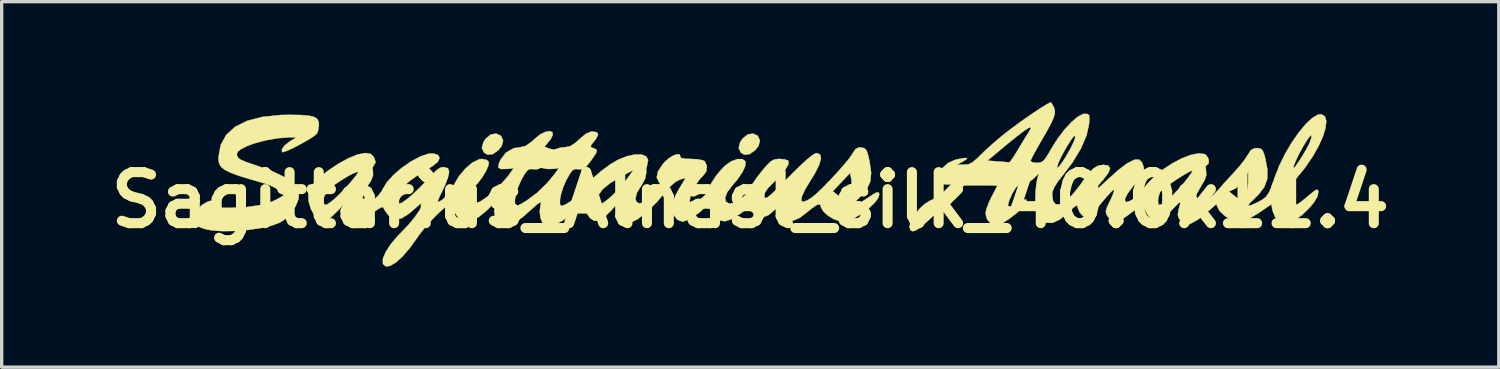
<source format=kicad_pcb>
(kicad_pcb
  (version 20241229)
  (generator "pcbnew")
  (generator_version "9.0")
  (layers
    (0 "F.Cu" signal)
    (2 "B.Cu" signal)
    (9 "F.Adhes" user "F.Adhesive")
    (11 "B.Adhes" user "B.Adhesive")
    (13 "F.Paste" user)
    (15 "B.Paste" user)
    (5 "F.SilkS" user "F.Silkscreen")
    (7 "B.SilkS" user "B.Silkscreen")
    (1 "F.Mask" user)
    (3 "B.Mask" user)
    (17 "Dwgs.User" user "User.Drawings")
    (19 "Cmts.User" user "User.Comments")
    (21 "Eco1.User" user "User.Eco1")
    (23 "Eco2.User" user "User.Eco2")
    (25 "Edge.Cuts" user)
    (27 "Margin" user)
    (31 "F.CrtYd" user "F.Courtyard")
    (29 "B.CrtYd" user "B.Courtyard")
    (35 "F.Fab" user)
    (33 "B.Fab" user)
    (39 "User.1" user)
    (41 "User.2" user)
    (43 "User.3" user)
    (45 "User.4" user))
  (footprint "Sagittarius_Alnasl_silk_40.0x11.4"
    (layer "F.Cu")
    (at 19.348 2.923)
    (property "Reference" "Sagittarius_Alnasl_silk_40.0x11.4" (at 0 0 0) (layer "F.SilkS") (effects (font (size 1.524 1.524) (thickness 0.3))))
    (attr through_hole)
    (fp_poly (pts (xy -7.448 -1.924) (xy -7.444 -1.92) (xy -7.378 -1.781) (xy -7.419 -1.619) (xy -7.518 -1.49) (xy -7.688 -1.371) (xy -7.846 -1.356) (xy -7.948 -1.416) (xy -8.014 -1.555) (xy -7.968 -1.728) (xy -7.897 -1.836) (xy -7.75 -1.955) (xy -7.589 -1.987) (xy -7.448 -1.924)) (stroke (width 0.01) (type solid)) (fill yes) (layer "F.SilkS"))
    (fp_poly (pts (xy 0.218 -1.924) (xy 0.222 -1.92) (xy 0.289 -1.781) (xy 0.248 -1.619) (xy 0.149 -1.49) (xy -0.021 -1.371) (xy -0.179 -1.356) (xy -0.281 -1.416) (xy -0.347 -1.555) (xy -0.302 -1.728) (xy -0.23 -1.836) (xy -0.084 -1.955) (xy 0.078 -1.987) (xy 0.218 -1.924)) (stroke (width 0.01) (type solid)) (fill yes) (layer "F.SilkS"))
    (fp_poly (pts (xy -13.429 -2.54) (xy -13.182 -2.522) (xy -13.02 -2.484) (xy -12.925 -2.422) (xy -12.883 -2.33) (xy -12.876 -2.242) (xy -12.9 -2.081) (xy -12.934 -1.989) (xy -13.003 -1.925) (xy -13.143 -1.832) (xy -13.327 -1.724) (xy -13.529 -1.615) (xy -13.72 -1.52) (xy -13.875 -1.453) (xy -13.966 -1.429) (xy -13.977 -1.433) (xy -13.984 -1.512) (xy -13.908 -1.622) (xy -13.771 -1.736) (xy -13.741 -1.755) (xy -13.549 -1.872) (xy -13.753 -1.872) (xy -14.093 -1.848) (xy -14.467 -1.783) (xy -14.819 -1.688) (xy -15.031 -1.608) (xy -15.211 -1.517) (xy -15.302 -1.443) (xy -15.326 -1.365) (xy -15.323 -1.338) (xy -15.295 -1.27) (xy -15.219 -1.21) (xy -15.075 -1.145) (xy -14.842 -1.065) (xy -14.778 -1.044) (xy -14.301 -0.875) (xy -13.937 -0.703) (xy -13.681 -0.525) (xy -13.529 -0.337) (xy -13.477 -0.135) (xy -13.485 -0.033) (xy -13.569 0.179) (xy -13.724 0.4) (xy -13.917 0.589) (xy -14.042 0.671) (xy -14.286 0.762) (xy -14.612 0.836) (xy -14.988 0.891) (xy -15.381 0.922) (xy -15.756 0.928) (xy -16.082 0.904) (xy -16.27 0.867) (xy -16.428 0.812) (xy -16.541 0.754) (xy -16.548 0.748) (xy -16.617 0.626) (xy -16.601 0.469) (xy -16.518 0.303) (xy -16.382 0.155) (xy -16.209 0.051) (xy -16.117 0.024) (xy -15.948 0.008) (xy -15.875 0.036) (xy -15.904 0.103) (xy -15.952 0.145) (xy -15.996 0.186) (xy -15.983 0.212) (xy -15.897 0.225) (xy -15.721 0.231) (xy -15.564 0.232) (xy -15.055 0.212) (xy -14.619 0.147) (xy -14.27 0.043) (xy -14.148 -0.016) (xy -13.929 -0.139) (xy -14.057 -0.274) (xy -14.185 -0.367) (xy -14.376 -0.456) (xy -14.51 -0.501) (xy -14.943 -0.625) (xy -15.276 -0.728) (xy -15.52 -0.819) (xy -15.69 -0.904) (xy -15.797 -0.991) (xy -15.855 -1.087) (xy -15.876 -1.2) (xy -15.876 -1.287) (xy -15.81 -1.647) (xy -15.644 -1.947) (xy -15.379 -2.188) (xy -15.017 -2.367) (xy -14.558 -2.485) (xy -14.005 -2.541) (xy -13.777 -2.545) (xy -13.429 -2.54)) (stroke (width 0.01) (type solid)) (fill yes) (layer "F.SilkS"))
    (fp_poly (pts (xy 9.017 -2.856) (xy 9.065 -2.767) (xy 9.094 -2.679) (xy 9.09 -2.572) (xy 9.045 -2.43) (xy 8.954 -2.236) (xy 8.809 -1.974) (xy 8.666 -1.729) (xy 8.541 -1.51) (xy 8.441 -1.327) (xy 8.381 -1.204) (xy 8.369 -1.169) (xy 8.42 -1.13) (xy 8.545 -1.112) (xy 8.559 -1.112) (xy 8.659 -1.121) (xy 8.738 -1.16) (xy 8.817 -1.252) (xy 8.919 -1.416) (xy 8.984 -1.529) (xy 9.17 -1.826) (xy 9.375 -2.097) (xy 9.581 -2.322) (xy 9.772 -2.485) (xy 9.932 -2.568) (xy 9.981 -2.575) (xy 10.072 -2.569) (xy 10.116 -2.531) (xy 10.125 -2.433) (xy 10.114 -2.267) (xy 10.039 -1.927) (xy 9.873 -1.542) (xy 9.623 -1.128) (xy 9.359 -0.776) (xy 9.182 -0.55) (xy 9.075 -0.383) (xy 9.023 -0.249) (xy 9.013 -0.154) (xy 9.042 0.035) (xy 9.122 0.128) (xy 9.248 0.126) (xy 9.411 0.033) (xy 9.604 -0.147) (xy 9.82 -0.412) (xy 9.915 -0.546) (xy 10.096 -0.793) (xy 10.249 -0.949) (xy 10.395 -1.031) (xy 10.549 -1.053) (xy 10.694 -1.027) (xy 10.742 -0.947) (xy 10.69 -0.81) (xy 10.541 -0.613) (xy 10.511 -0.58) (xy 10.347 -0.391) (xy 10.264 -0.284) (xy 10.262 -0.257) (xy 10.338 -0.311) (xy 10.49 -0.445) (xy 10.673 -0.616) (xy 10.997 -0.906) (xy 11.262 -1.103) (xy 11.467 -1.205) (xy 11.608 -1.211) (xy 11.694 -1.126) (xy 11.747 -0.983) (xy 11.751 -0.841) (xy 11.728 -0.789) (xy 11.666 -0.709) (xy 11.554 -0.569) (xy 11.427 -0.412) (xy 11.268 -0.197) (xy 11.188 -0.043) (xy 11.191 0.042) (xy 11.238 0.059) (xy 11.332 0.027) (xy 12.173 0.027) (xy 12.184 0.132) (xy 12.237 0.142) (xy 12.295 0.115) (xy 12.407 0.035) (xy 12.555 -0.093) (xy 12.631 -0.166) (xy 12.785 -0.329) (xy 12.936 -0.502) (xy 13.066 -0.664) (xy 13.159 -0.793) (xy 13.199 -0.867) (xy 13.193 -0.878) (xy 13.108 -0.846) (xy 12.958 -0.761) (xy 12.772 -0.644) (xy 12.578 -0.513) (xy 12.403 -0.387) (xy 12.278 -0.284) (xy 12.232 -0.234) (xy 12.186 -0.089) (xy 12.173 0.027) (xy 11.332 0.027) (xy 11.339 0.025) (xy 11.474 -0.056) (xy 11.604 -0.156) (xy 11.69 -0.247) (xy 11.704 -0.282) (xy 11.745 -0.356) (xy 11.851 -0.484) (xy 12.002 -0.642) (xy 12.042 -0.68) (xy 12.305 -0.902) (xy 12.592 -1.093) (xy 12.881 -1.245) (xy 13.152 -1.348) (xy 13.384 -1.394) (xy 13.558 -1.375) (xy 13.607 -1.346) (xy 13.673 -1.251) (xy 13.693 -1.141) (xy 13.665 -1.065) (xy 13.632 -1.053) (xy 13.595 -1.003) (xy 13.607 -0.877) (xy 13.615 -0.742) (xy 13.568 -0.6) (xy 13.466 -0.428) (xy 13.331 -0.189) (xy 13.29 -0.019) (xy 13.343 0.081) (xy 13.371 0.095) (xy 13.479 0.082) (xy 13.634 -0.002) (xy 13.809 -0.137) (xy 13.937 -0.268) (xy 14.28 -0.268) (xy 14.441 -0.136) (xy 14.574 -0.036) (xy 14.658 -0.013) (xy 14.728 -0.068) (xy 14.774 -0.13) (xy 14.833 -0.278) (xy 14.864 -0.487) (xy 14.865 -0.552) (xy 14.865 -0.844) (xy 14.573 -0.556) (xy 14.28 -0.268) (xy 13.937 -0.268) (xy 13.974 -0.306) (xy 13.987 -0.321) (xy 14.1 -0.452) (xy 14.261 -0.631) (xy 14.435 -0.819) (xy 14.446 -0.831) (xy 14.613 -1.02) (xy 14.758 -1.205) (xy 14.852 -1.349) (xy 14.857 -1.357) (xy 14.948 -1.495) (xy 15.061 -1.547) (xy 15.125 -1.551) (xy 15.229 -1.54) (xy 15.294 -1.488) (xy 15.343 -1.367) (xy 15.373 -1.258) (xy 15.44 -0.911) (xy 15.435 -0.632) (xy 15.348 -0.393) (xy 15.174 -0.164) (xy 15.045 -0.039) (xy 14.909 0.094) (xy 14.87 0.161) (xy 14.928 0.162) (xy 15.082 0.096) (xy 15.15 0.063) (xy 15.293 -0.016) (xy 15.395 -0.097) (xy 15.474 -0.206) (xy 15.548 -0.37) (xy 15.634 -0.614) (xy 15.654 -0.672) (xy 15.762 -0.948) (xy 16.212 -0.948) (xy 16.238 -0.96) (xy 16.306 -1.049) (xy 16.4 -1.189) (xy 16.505 -1.356) (xy 16.603 -1.524) (xy 16.679 -1.668) (xy 16.701 -1.717) (xy 16.748 -1.851) (xy 16.755 -1.926) (xy 16.748 -1.931) (xy 16.689 -1.883) (xy 16.599 -1.755) (xy 16.492 -1.578) (xy 16.385 -1.379) (xy 16.292 -1.187) (xy 16.229 -1.03) (xy 16.212 -0.948) (xy 15.762 -0.948) (xy 15.792 -1.027) (xy 15.965 -1.379) (xy 16.161 -1.712) (xy 16.369 -2.012) (xy 16.576 -2.262) (xy 16.771 -2.446) (xy 16.943 -2.55) (xy 17.047 -2.564) (xy 17.156 -2.5) (xy 17.197 -2.359) (xy 17.175 -2.154) (xy 17.097 -1.899) (xy 16.966 -1.609) (xy 16.789 -1.297) (xy 16.57 -0.977) (xy 16.333 -0.684) (xy 16.149 -0.449) (xy 16.054 -0.259) (xy 16.041 -0.092) (xy 16.097 0.062) (xy 16.16 0.145) (xy 16.241 0.164) (xy 16.359 0.111) (xy 16.531 -0.018) (xy 16.625 -0.097) (xy 16.79 -0.235) (xy 16.887 -0.303) (xy 16.937 -0.31) (xy 16.958 -0.263) (xy 16.962 -0.242) (xy 16.932 -0.103) (xy 16.826 0.073) (xy 16.665 0.262) (xy 16.475 0.442) (xy 16.277 0.59) (xy 16.097 0.683) (xy 15.998 0.702) (xy 15.815 0.649) (xy 15.669 0.508) (xy 15.594 0.325) (xy 15.556 0.126) (xy 15.178 0.385) (xy 14.893 0.557) (xy 14.677 0.637) (xy 14.613 0.644) (xy 14.396 0.6) (xy 14.183 0.488) (xy 14.02 0.336) (xy 13.978 0.266) (xy 13.913 0.122) (xy 13.616 0.381) (xy 13.365 0.583) (xy 13.168 0.693) (xy 13.015 0.716) (xy 12.891 0.658) (xy 12.873 0.642) (xy 12.79 0.54) (xy 12.764 0.435) (xy 12.788 0.282) (xy 12.813 0.188) (xy 12.837 0.097) (xy 12.83 0.064) (xy 12.779 0.099) (xy 12.67 0.208) (xy 12.562 0.32) (xy 12.376 0.5) (xy 12.221 0.612) (xy 12.131 0.644) (xy 12.009 0.593) (xy 11.879 0.461) (xy 11.77 0.278) (xy 11.744 0.216) (xy 11.714 0.169) (xy 11.659 0.173) (xy 11.559 0.235) (xy 11.392 0.365) (xy 11.378 0.377) (xy 11.137 0.551) (xy 10.95 0.631) (xy 10.804 0.618) (xy 10.688 0.515) (xy 10.675 0.496) (xy 10.626 0.41) (xy 10.614 0.33) (xy 10.646 0.222) (xy 10.725 0.051) (xy 10.748 0.006) (xy 10.824 -0.163) (xy 10.862 -0.277) (xy 10.853 -0.312) (xy 10.853 -0.312) (xy 10.788 -0.258) (xy 10.672 -0.135) (xy 10.523 0.035) (xy 10.453 0.12) (xy 10.296 0.301) (xy 10.16 0.44) (xy 10.066 0.518) (xy 10.043 0.527) (xy 9.933 0.478) (xy 9.831 0.363) (xy 9.776 0.229) (xy 9.774 0.202) (xy 9.755 0.161) (xy 9.691 0.19) (xy 9.569 0.296) (xy 9.492 0.37) (xy 9.242 0.58) (xy 9.025 0.681) (xy 8.836 0.676) (xy 8.669 0.564) (xy 8.662 0.556) (xy 8.583 0.458) (xy 8.539 0.348) (xy 8.519 0.191) (xy 8.515 -0.019) (xy 8.522 -0.258) (xy 8.54 -0.473) (xy 8.564 -0.615) (xy 8.612 -0.79) (xy 8.444 -0.629) (xy 8.282 -0.515) (xy 8.123 -0.468) (xy 8.118 -0.468) (xy 8.016 -0.449) (xy 7.931 -0.376) (xy 7.838 -0.224) (xy 7.812 -0.173) (xy 7.736 -0.002) (xy 7.697 0.13) (xy 7.699 0.18) (xy 7.769 0.189) (xy 7.909 0.134) (xy 7.994 0.088) (xy 8.145 0.003) (xy 8.222 -0.025) (xy 8.249 0.002) (xy 8.252 0.049) (xy 8.206 0.14) (xy 8.086 0.269) (xy 7.919 0.416) (xy 7.732 0.559) (xy 7.552 0.677) (xy 7.405 0.749) (xy 7.346 0.761) (xy 7.187 0.708) (xy 7.069 0.575) (xy 7.023 0.396) (xy 7.05 0.266) (xy 7.12 0.079) (xy 7.199 -0.088) (xy 7.289 -0.26) (xy 7.352 -0.384) (xy 7.374 -0.43) (xy 7.32 -0.434) (xy 7.176 -0.437) (xy 6.969 -0.439) (xy 6.88 -0.439) (xy 6.386 -0.439) (xy 5.689 0.249) (xy 5.407 0.524) (xy 5.192 0.721) (xy 5.034 0.849) (xy 4.92 0.916) (xy 4.84 0.93) (xy 4.781 0.899) (xy 4.78 0.897) (xy 4.751 0.793) (xy 4.795 0.639) (xy 4.895 0.46) (xy 5.033 0.281) (xy 5.194 0.126) (xy 5.358 0.021) (xy 5.4 0.004) (xy 5.564 -0.079) (xy 5.74 -0.212) (xy 5.795 -0.264) (xy 5.993 -0.468) (xy 5.84 -0.468) (xy 5.63 -0.489) (xy 5.525 -0.553) (xy 5.524 -0.667) (xy 5.625 -0.833) (xy 5.709 -0.932) (xy 5.765 -0.982) (xy 9.16 -0.982) (xy 9.18 -0.965) (xy 9.247 -1.037) (xy 9.354 -1.191) (xy 9.442 -1.333) (xy 9.57 -1.56) (xy 9.659 -1.744) (xy 9.702 -1.868) (xy 9.693 -1.917) (xy 9.667 -1.908) (xy 9.603 -1.835) (xy 9.506 -1.689) (xy 9.396 -1.503) (xy 9.291 -1.307) (xy 9.21 -1.136) (xy 9.193 -1.094) (xy 9.16 -0.982) (xy 5.765 -0.982) (xy 5.904 -1.107) (xy 6.119 -1.203) (xy 6.191 -1.221) (xy 6.388 -1.256) (xy 6.475 -1.255) (xy 6.453 -1.217) (xy 6.341 -1.148) (xy 6.174 -1.058) (xy 6.382 -1.056) (xy 6.517 -1.07) (xy 6.64 -1.131) (xy 6.693 -1.177) (xy 7.082 -1.177) (xy 7.389 -1.155) (xy 7.568 -1.141) (xy 7.693 -1.128) (xy 7.728 -1.123) (xy 7.771 -1.164) (xy 7.854 -1.282) (xy 7.962 -1.454) (xy 7.976 -1.478) (xy 8.106 -1.695) (xy 8.233 -1.903) (xy 8.323 -2.045) (xy 8.376 -2.143) (xy 8.366 -2.176) (xy 8.287 -2.142) (xy 8.137 -2.039) (xy 7.911 -1.864) (xy 7.605 -1.614) (xy 7.448 -1.483) (xy 7.082 -1.177) (xy 6.693 -1.177) (xy 6.787 -1.258) (xy 6.85 -1.322) (xy 7.019 -1.485) (xy 7.24 -1.684) (xy 7.475 -1.885) (xy 7.55 -1.946) (xy 7.748 -2.101) (xy 7.978 -2.272) (xy 8.222 -2.445) (xy 8.46 -2.609) (xy 8.674 -2.75) (xy 8.844 -2.856) (xy 8.952 -2.913) (xy 8.979 -2.918) (xy 9.017 -2.856)) (stroke (width 0.01) (type solid)) (fill yes) (layer "F.SilkS"))
    (fp_poly (pts (xy -5.911 -2.031) (xy -5.893 -1.95) (xy -5.958 -1.818) (xy -5.997 -1.769) (xy -6.141 -1.597) (xy -6.006 -1.536) (xy -5.859 -1.506) (xy -5.789 -1.526) (xy -5.673 -1.564) (xy -5.523 -1.579) (xy -5.371 -1.611) (xy -5.21 -1.717) (xy -5.105 -1.814) (xy -4.909 -1.978) (xy -4.745 -2.047) (xy -4.722 -2.048) (xy -4.581 -2.026) (xy -4.542 -1.954) (xy -4.605 -1.827) (xy -4.654 -1.765) (xy -4.745 -1.651) (xy -4.765 -1.594) (xy -4.716 -1.562) (xy -4.684 -1.551) (xy -4.603 -1.518) (xy -4.577 -1.471) (xy -4.611 -1.386) (xy -4.71 -1.241) (xy -4.765 -1.165) (xy -4.888 -1.01) (xy -4.982 -0.934) (xy -5.08 -0.916) (xy -5.133 -0.921) (xy -5.229 -0.926) (xy -5.303 -0.892) (xy -5.378 -0.797) (xy -5.478 -0.621) (xy -5.491 -0.597) (xy -5.58 -0.397) (xy -5.645 -0.192) (xy -5.681 -0.01) (xy -5.681 0.122) (xy -5.641 0.175) (xy -5.638 0.176) (xy -5.529 0.139) (xy -5.374 0.045) (xy -5.313 0.00001) (xy -4.565 0.00001) (xy -4.565 0.182) (xy -4.383 0.076) (xy -4.241 -0.028) (xy -4.072 -0.182) (xy -3.967 -0.293) (xy -3.815 -0.469) (xy -3.677 -0.64) (xy -3.612 -0.726) (xy -3.491 -0.896) (xy -3.842 -0.708) (xy -4.18 -0.507) (xy -4.409 -0.321) (xy -4.535 -0.142) (xy -4.565 0.00001) (xy -5.313 0.00001) (xy -5.209 -0.077) (xy -5.073 -0.201) (xy -5.007 -0.286) (xy -4.884 -0.459) (xy -4.687 -0.662) (xy -4.447 -0.87) (xy -4.193 -1.058) (xy -3.954 -1.2) (xy -3.944 -1.206) (xy -3.675 -1.312) (xy -3.434 -1.362) (xy -3.238 -1.358) (xy -3.104 -1.302) (xy -3.048 -1.197) (xy -3.072 -1.076) (xy -3.103 -0.933) (xy -3.106 -0.806) (xy -3.137 -0.639) (xy -3.236 -0.457) (xy -3.237 -0.455) (xy -3.383 -0.221) (xy -3.428 -0.042) (xy -3.4 0.05) (xy -3.308 0.102) (xy -3.164 0.058) (xy -2.977 -0.078) (xy -2.861 -0.19) (xy -2.733 -0.327) (xy -2.677 -0.413) (xy -2.683 -0.475) (xy -2.727 -0.533) (xy -2.793 -0.675) (xy -2.758 -0.849) (xy -2.619 -1.062) (xy -2.562 -1.13) (xy -2.431 -1.249) (xy -2.293 -1.333) (xy -2.174 -1.372) (xy -2.101 -1.355) (xy -2.092 -1.302) (xy -2.06 -1.257) (xy -1.932 -1.234) (xy -1.767 -1.229) (xy -1.571 -1.218) (xy -1.418 -1.188) (xy -1.358 -1.159) (xy -1.294 -1.022) (xy -1.31 -0.863) (xy -1.385 -0.753) (xy -1.512 -0.621) (xy -1.629 -0.45) (xy -1.725 -0.267) (xy -1.789 -0.095) (xy -1.811 0.039) (xy -1.781 0.111) (xy -1.755 0.117) (xy -1.635 0.076) (xy -1.485 -0.024) (xy -1.348 -0.149) (xy -1.265 -0.265) (xy -1.259 -0.283) (xy -1.168 -0.499) (xy -1.01 -0.742) (xy -0.812 -0.97) (xy -0.736 -1.041) (xy -0.559 -1.161) (xy -0.382 -1.224) (xy -0.233 -1.224) (xy -0.144 -1.156) (xy -0.14 -1.147) (xy -0.147 -1.02) (xy -0.232 -0.836) (xy -0.382 -0.617) (xy -0.536 -0.435) (xy -0.683 -0.241) (xy -0.749 -0.076) (xy -0.73 0.045) (xy -0.629 0.106) (xy -0.486 0.084) (xy -0.315 -0.008) (xy -0.289 -0.029) (xy 0.995 -0.029) (xy 1.024 0) (xy 1.053 -0.029) (xy 1.024 -0.059) (xy 0.995 -0.029) (xy -0.289 -0.029) (xy -0.153 -0.144) (xy -0.037 -0.297) (xy -0.024 -0.327) (xy 0.054 -0.466) (xy 0.182 -0.654) (xy 0.336 -0.853) (xy 0.352 -0.874) (xy 0.508 -1.054) (xy 0.621 -1.161) (xy 0.719 -1.212) (xy 0.831 -1.228) (xy 0.877 -1.229) (xy 1.032 -1.215) (xy 1.132 -1.179) (xy 1.143 -1.168) (xy 1.139 -1.066) (xy 1.047 -0.908) (xy 0.875 -0.703) (xy 0.689 -0.519) (xy 0.523 -0.35) (xy 0.439 -0.225) (xy 0.421 -0.121) (xy 0.422 -0.109) (xy 0.438 -0.067) (xy 0.475 -0.062) (xy 0.544 -0.103) (xy 0.656 -0.2) (xy 0.823 -0.36) (xy 1.056 -0.594) (xy 1.148 -0.688) (xy 1.464 -1.001) (xy 1.707 -1.224) (xy 1.878 -1.359) (xy 1.978 -1.405) (xy 1.98 -1.405) (xy 2.085 -1.363) (xy 2.111 -1.243) (xy 2.057 -1.05) (xy 1.926 -0.789) (xy 1.814 -0.609) (xy 1.643 -0.326) (xy 1.545 -0.119) (xy 1.521 0.008) (xy 1.571 0.053) (xy 1.694 0.013) (xy 1.832 -0.073) (xy 1.973 -0.19) (xy 2.051 -0.263) (xy 2.465 -0.263) (xy 2.621 -0.139) (xy 2.769 -0.05) (xy 2.877 -0.066) (xy 2.966 -0.192) (xy 2.986 -0.237) (xy 3.027 -0.429) (xy 3.019 -0.608) (xy 2.981 -0.809) (xy 2.465 -0.263) (xy 2.051 -0.263) (xy 2.162 -0.369) (xy 2.375 -0.587) (xy 2.593 -0.822) (xy 2.792 -1.048) (xy 2.953 -1.244) (xy 3.051 -1.385) (xy 3.057 -1.396) (xy 3.146 -1.527) (xy 3.245 -1.572) (xy 3.318 -1.569) (xy 3.404 -1.55) (xy 3.462 -1.497) (xy 3.507 -1.385) (xy 3.554 -1.188) (xy 3.561 -1.154) (xy 3.609 -0.819) (xy 3.584 -0.553) (xy 3.478 -0.322) (xy 3.283 -0.097) (xy 3.249 -0.066) (xy 3.11 0.075) (xy 3.062 0.152) (xy 3.101 0.164) (xy 3.222 0.111) (xy 3.418 -0.007) (xy 3.491 -0.055) (xy 3.67 -0.173) (xy 3.775 -0.229) (xy 3.828 -0.231) (xy 3.85 -0.185) (xy 3.852 -0.17) (xy 3.819 -0.059) (xy 3.706 0.089) (xy 3.534 0.251) (xy 3.327 0.407) (xy 3.113 0.532) (xy 2.874 0.62) (xy 2.658 0.625) (xy 2.65 0.624) (xy 2.484 0.566) (xy 2.315 0.461) (xy 2.179 0.335) (xy 2.11 0.217) (xy 2.107 0.194) (xy 2.078 0.125) (xy 1.987 0.144) (xy 1.83 0.252) (xy 1.719 0.345) (xy 1.479 0.529) (xy 1.285 0.613) (xy 1.127 0.601) (xy 1.041 0.545) (xy 0.961 0.431) (xy 0.953 0.276) (xy 0.958 0.239) (xy 0.991 0.038) (xy 0.742 0.282) (xy 0.54 0.451) (xy 0.376 0.516) (xy 0.235 0.48) (xy 0.11 0.354) (xy -0.017 0.182) (xy -0.258 0.379) (xy -0.529 0.561) (xy -0.761 0.634) (xy -0.955 0.598) (xy -1.108 0.452) (xy -1.167 0.344) (xy -1.235 0.205) (xy -1.283 0.16) (xy -1.333 0.191) (xy -1.352 0.213) (xy -1.492 0.349) (xy -1.671 0.482) (xy -1.853 0.588) (xy -1.998 0.641) (xy -2.025 0.644) (xy -2.171 0.591) (xy -2.283 0.452) (xy -2.338 0.257) (xy -2.341 0.203) (xy -2.31 0.052) (xy -2.226 -0.151) (xy -2.137 -0.317) (xy -1.932 -0.656) (xy -2.093 -0.616) (xy -2.228 -0.546) (xy -2.377 -0.419) (xy -2.428 -0.361) (xy -2.788 0.057) (xy -3.101 0.37) (xy -3.371 0.577) (xy -3.596 0.681) (xy -3.73 0.692) (xy -3.822 0.674) (xy -3.87 0.628) (xy -3.888 0.523) (xy -3.891 0.344) (xy -3.89 0.014) (xy -4.116 0.272) (xy -4.333 0.492) (xy -4.511 0.608) (xy -4.659 0.621) (xy -4.789 0.533) (xy -4.892 0.379) (xy -4.966 0.25) (xy -5.017 0.18) (xy -5.024 0.176) (xy -5.077 0.21) (xy -5.193 0.299) (xy -5.318 0.401) (xy -5.613 0.621) (xy -5.853 0.742) (xy -6.043 0.765) (xy -6.186 0.692) (xy -6.207 0.669) (xy -6.266 0.528) (xy -6.285 0.331) (xy -6.26 0.131) (xy -6.247 0.086) (xy -6.261 0.06) (xy -6.346 0.113) (xy -6.494 0.241) (xy -6.534 0.279) (xy -6.806 0.518) (xy -7.028 0.67) (xy -7.216 0.743) (xy -7.363 0.75) (xy -7.519 0.679) (xy -7.618 0.53) (xy -7.646 0.332) (xy -7.622 0.2) (xy -7.563 0.008) (xy -7.849 0.294) (xy -8.106 0.507) (xy -8.342 0.618) (xy -8.548 0.628) (xy -8.717 0.535) (xy -8.839 0.339) (xy -8.845 0.322) (xy -8.901 0.19) (xy -8.945 0.121) (xy -8.952 0.119) (xy -9.044 0.164) (xy -9.189 0.28) (xy -9.367 0.447) (xy -9.556 0.644) (xy -9.737 0.85) (xy -9.889 1.045) (xy -9.935 1.112) (xy -10.157 1.423) (xy -10.372 1.673) (xy -10.57 1.855) (xy -10.741 1.961) (xy -10.875 1.983) (xy -10.96 1.913) (xy -10.968 1.897) (xy -10.967 1.748) (xy -10.883 1.547) (xy -10.727 1.309) (xy -10.509 1.053) (xy -10.394 0.936) (xy -10.196 0.729) (xy -10.014 0.508) (xy -9.88 0.314) (xy -9.851 0.263) (xy -9.703 -0.029) (xy -9.928 0.181) (xy -10.191 0.408) (xy -10.401 0.54) (xy -10.57 0.583) (xy -10.711 0.54) (xy -10.819 0.436) (xy -10.908 0.311) (xy -10.959 0.218) (xy -10.96 0.217) (xy -11.013 0.214) (xy -11.132 0.282) (xy -11.277 0.394) (xy -11.519 0.583) (xy -11.705 0.688) (xy -11.85 0.717) (xy -11.973 0.677) (xy -11.991 0.666) (xy -12.094 0.526) (xy -12.104 0.32) (xy -12.052 0.135) (xy -12.036 0.069) (xy -12.067 0.073) (xy -12.156 0.153) (xy -12.303 0.307) (xy -12.494 0.494) (xy -12.65 0.611) (xy -12.742 0.644) (xy -12.886 0.59) (xy -13.017 0.451) (xy -13.122 0.255) (xy -13.172 0.081) (xy -12.74 0.081) (xy -12.737 0.088) (xy -12.702 0.144) (xy -12.641 0.135) (xy -12.528 0.061) (xy -12.406 -0.041) (xy -12.24 -0.201) (xy -12.062 -0.387) (xy -12.031 -0.421) (xy -11.881 -0.593) (xy -11.767 -0.735) (xy -11.709 -0.822) (xy -11.705 -0.835) (xy -11.749 -0.838) (xy -11.866 -0.789) (xy -12.031 -0.701) (xy -12.22 -0.586) (xy -12.409 -0.459) (xy -12.455 -0.425) (xy -12.636 -0.253) (xy -12.735 -0.076) (xy -12.74 0.081) (xy -13.172 0.081) (xy -13.185 0.035) (xy -13.195 -0.179) (xy -13.164 -0.302) (xy -13.044 -0.486) (xy -12.839 -0.691) (xy -12.578 -0.899) (xy -12.286 -1.091) (xy -11.991 -1.252) (xy -11.719 -1.362) (xy -11.497 -1.405) (xy -11.491 -1.405) (xy -11.337 -1.382) (xy -11.247 -1.298) (xy -11.224 -1.254) (xy -11.185 -1.133) (xy -11.216 -1.067) (xy -11.229 -1.058) (xy -11.275 -0.965) (xy -11.264 -0.861) (xy -11.261 -0.734) (xy -11.321 -0.583) (xy -11.411 -0.441) (xy -11.524 -0.238) (xy -11.573 -0.064) (xy -11.553 0.057) (xy -11.5 0.098) (xy -11.39 0.081) (xy -11.247 -0.005) (xy -11.105 -0.134) (xy -10.998 -0.278) (xy -10.979 -0.317) (xy -10.85 -0.531) (xy -10.647 -0.754) (xy -10.396 -0.969) (xy -10.122 -1.157) (xy -9.851 -1.301) (xy -9.608 -1.383) (xy -9.466 -1.394) (xy -9.32 -1.347) (xy -9.274 -1.257) (xy -9.328 -1.141) (xy -9.466 -1.027) (xy -9.619 -0.93) (xy -9.822 -0.803) (xy -9.982 -0.702) (xy -10.174 -0.565) (xy -10.337 -0.417) (xy -10.422 -0.315) (xy -10.494 -0.164) (xy -10.532 -0.019) (xy -10.529 0.086) (xy -10.494 0.117) (xy -10.391 0.075) (xy -10.232 -0.039) (xy -10.035 -0.209) (xy -9.82 -0.419) (xy -9.663 -0.588) (xy -9.478 -0.787) (xy -9.345 -0.91) (xy -9.244 -0.971) (xy -9.156 -0.985) (xy -9.138 -0.984) (xy -9.026 -0.95) (xy -8.993 -0.86) (xy -8.995 -0.804) (xy -9.027 -0.668) (xy -9.099 -0.475) (xy -9.184 -0.292) (xy -9.269 -0.117) (xy -9.322 0.009) (xy -9.332 0.058) (xy -9.332 0.059) (xy -9.215 0.009) (xy -9.074 -0.12) (xy -8.936 -0.304) (xy -8.854 -0.449) (xy -8.695 -0.714) (xy -8.502 -0.943) (xy -8.298 -1.117) (xy -8.105 -1.215) (xy -8.017 -1.229) (xy -7.874 -1.202) (xy -7.805 -1.142) (xy -7.815 -1.033) (xy -7.887 -0.869) (xy -8.002 -0.678) (xy -8.145 -0.492) (xy -8.247 -0.384) (xy -8.384 -0.212) (xy -8.43 -0.062) (xy -8.394 0.048) (xy -8.287 0.097) (xy -8.119 0.066) (xy -8.04 0.03) (xy -7.994 -0.002) (xy -7.027 -0.002) (xy -7.022 0.127) (xy -6.976 0.176) (xy -6.904 0.146) (xy -6.769 0.072) (xy -6.665 0.008) (xy -6.368 -0.215) (xy -6.074 -0.497) (xy -5.839 -0.781) (xy -5.72 -0.947) (xy -5.919 -0.93) (xy -6.074 -0.929) (xy -6.182 -0.952) (xy -6.186 -0.955) (xy -6.266 -0.964) (xy -6.285 -0.947) (xy -6.359 -0.919) (xy -6.483 -0.922) (xy -6.577 -0.926) (xy -6.651 -0.89) (xy -6.727 -0.793) (xy -6.828 -0.613) (xy -6.837 -0.597) (xy -6.929 -0.391) (xy -6.994 -0.184) (xy -7.027 -0.002) (xy -7.994 -0.002) (xy -7.861 -0.093) (xy -7.646 -0.277) (xy -7.428 -0.491) (xy -7.243 -0.702) (xy -7.191 -0.772) (xy -7.066 -0.947) (xy -7.276 -0.929) (xy -7.449 -0.927) (xy -7.522 -0.972) (xy -7.508 -1.083) (xy -7.459 -1.198) (xy -7.295 -1.416) (xy -7.064 -1.548) (xy -6.857 -1.58) (xy -6.702 -1.618) (xy -6.529 -1.741) (xy -6.452 -1.814) (xy -6.282 -1.953) (xy -6.124 -2.034) (xy -5.994 -2.06) (xy -5.911 -2.031)) (stroke (width 0.01) (type solid)) (fill yes) (layer "F.SilkS")))
  (gr_rect
    (start -3 -3)
    (end 41.695 7.911)
    (stroke (width 0.1) (type default))
    (fill no)
    (layer "Edge.Cuts")))
</source>
